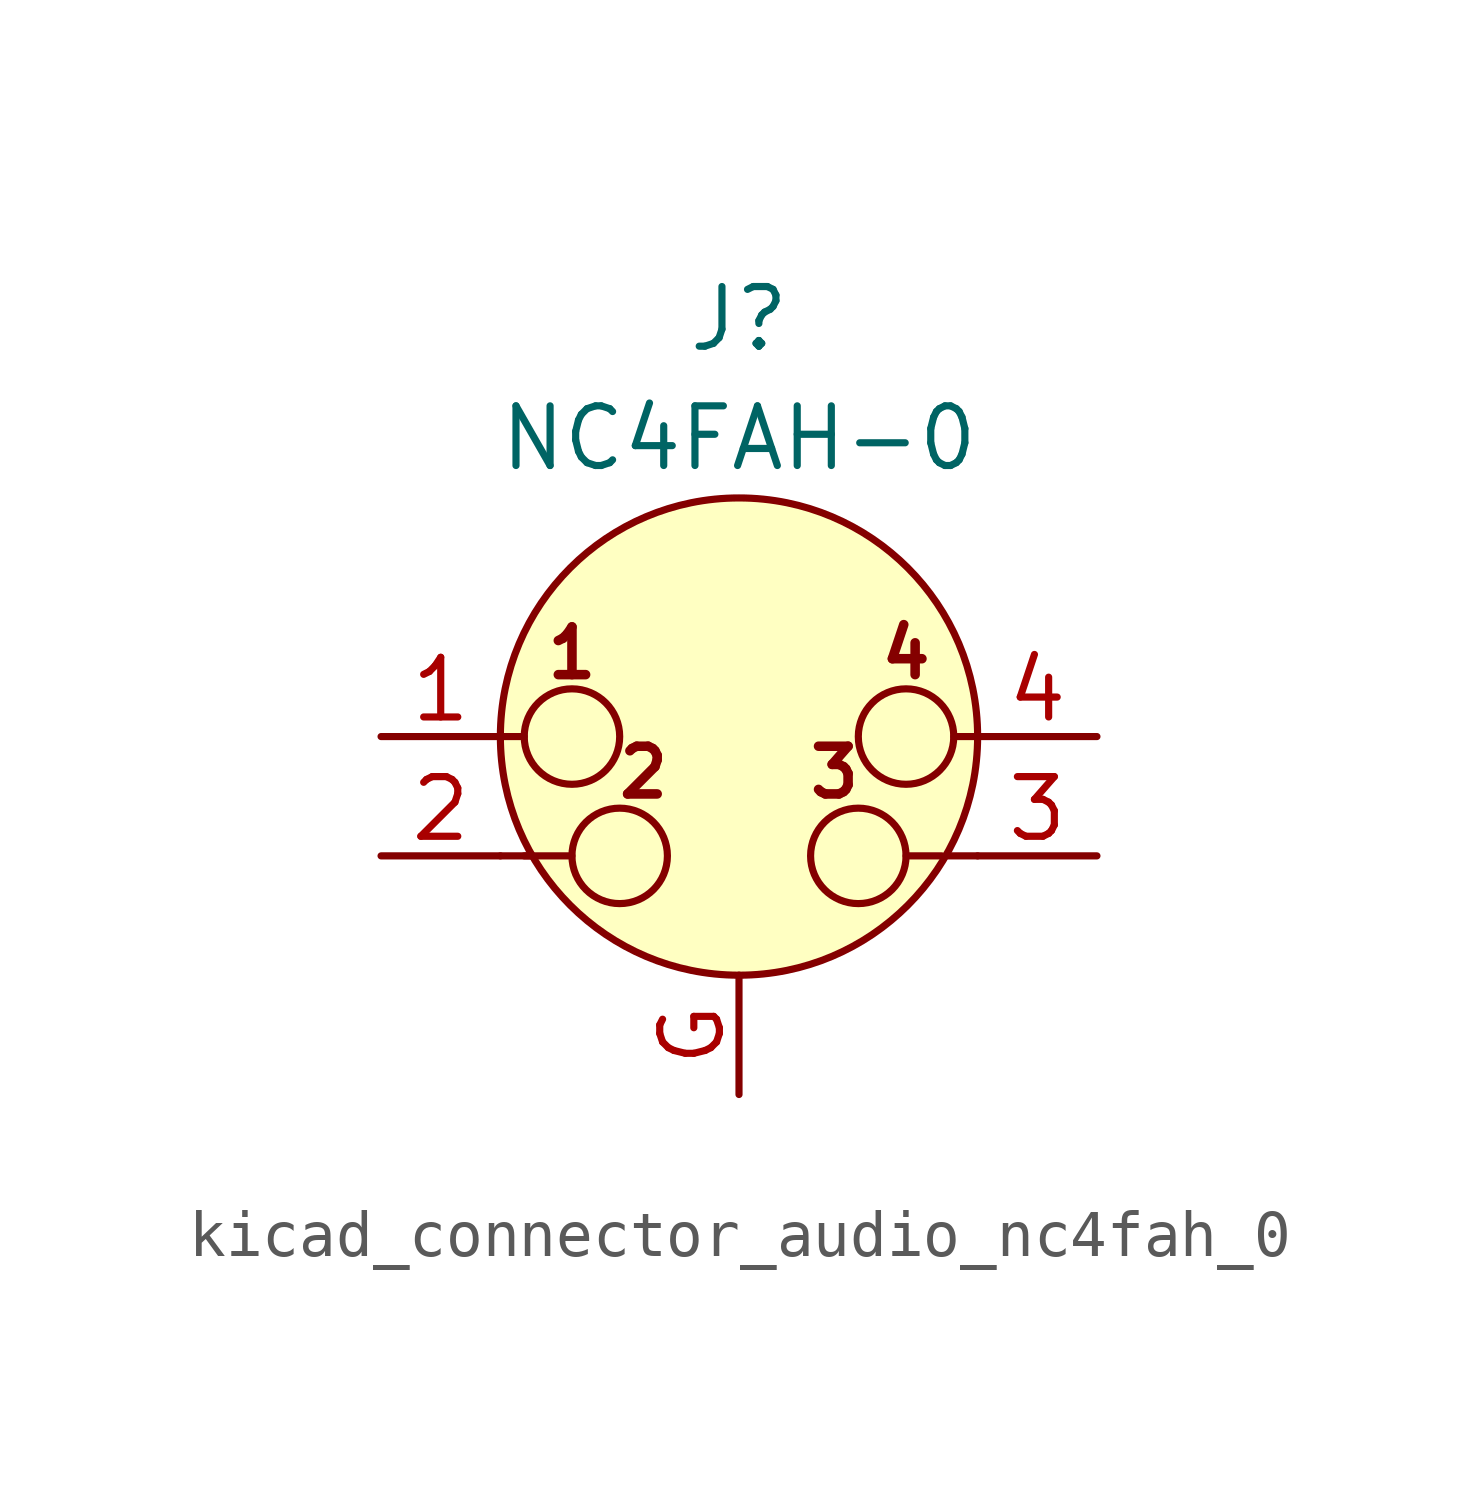
<source format=kicad_sym>
(kicad_symbol_lib
  (version 20220914)
  (generator kicad_symbol_editor)
  (symbol "kicad_connector_audio_nc4fah_0"
    (pin_names hide)
    (property "Reference" "J"
      (at 0 8.89 0)
      (effects (font (size 1.27 1.27))))
    (property "Value" "NC4FAH-0"
      (at 0 6.35 0)
      (effects (font (size 1.27 1.27))))
    (symbol "kicad_connector_audio_nc4fah_0_0_1"
      (circle (center -3.556 0) (radius 1.016) (stroke (width 0) (type default)) (fill (type none)))
      (circle (center -2.54 -2.54) (radius 1.016) (stroke (width 0) (type default)) (fill (type none)))
      (polyline (pts (xy -5.08 -2.54) (xy -4.445 -2.54)) (stroke (width 0) (type default)) (fill (type none)))
      (polyline (pts (xy -5.08 0) (xy -4.572 0)) (stroke (width 0) (type default)) (fill (type none)))
      (polyline (pts (xy -4.572 -2.54) (xy -3.556 -2.54)) (stroke (width 0) (type default)) (fill (type none)))
      (polyline (pts (xy 4.318 -2.54) (xy 3.556 -2.54)) (stroke (width 0) (type default)) (fill (type none)))
      (polyline (pts (xy 5.08 -2.54) (xy 4.445 -2.54)) (stroke (width 0) (type default)) (fill (type none)))
      (polyline (pts (xy 5.08 0) (xy 4.572 0)) (stroke (width 0) (type default)) (fill (type none)))
      (circle (center 0 0) (radius 5.08) (stroke (width 0) (type default)) (fill (type background)))
      (circle (center 2.54 -2.54) (radius 1.016) (stroke (width 0) (type default)) (fill (type none)))
      (circle (center 3.556 0) (radius 1.016) (stroke (width 0) (type default)) (fill (type none)))
      (text "1" (at -3.556 1.778 0) (effects (font (size 1.016 1.016) bold)))
      (text "2" (at -2.032 -0.762 0) (effects (font (size 1.016 1.016) bold)))
      (text "3" (at 2.032 -0.762 0) (effects (font (size 1.016 1.016) bold)))
      (text "4" (at 3.556 1.778 0) (effects (font (size 1.016 1.016) bold))))
    (symbol "kicad_connector_audio_nc4fah_0_1_1"
      (pin passive line (at -7.62 0 0) (length 2.54) (name "~" (effects (font (size 1.27 1.27)))) (number "1" (effects (font (size 1.27 1.27)))))
      (pin passive line (at -7.62 -2.54 0) (length 2.54) (name "~" (effects (font (size 1.27 1.27)))) (number "2" (effects (font (size 1.27 1.27)))))
      (pin passive line (at 7.62 -2.54 180) (length 2.54) (name "~" (effects (font (size 1.27 1.27)))) (number "3" (effects (font (size 1.27 1.27)))))
      (pin passive line (at 7.62 0 180) (length 2.54) (name "~" (effects (font (size 1.27 1.27)))) (number "4" (effects (font (size 1.27 1.27)))))
      (pin passive line (at 0 -7.62 90) (length 2.54) (name "~" (effects (font (size 1.27 1.27)))) (number "G" (effects (font (size 1.27 1.27))))))))
</source>
